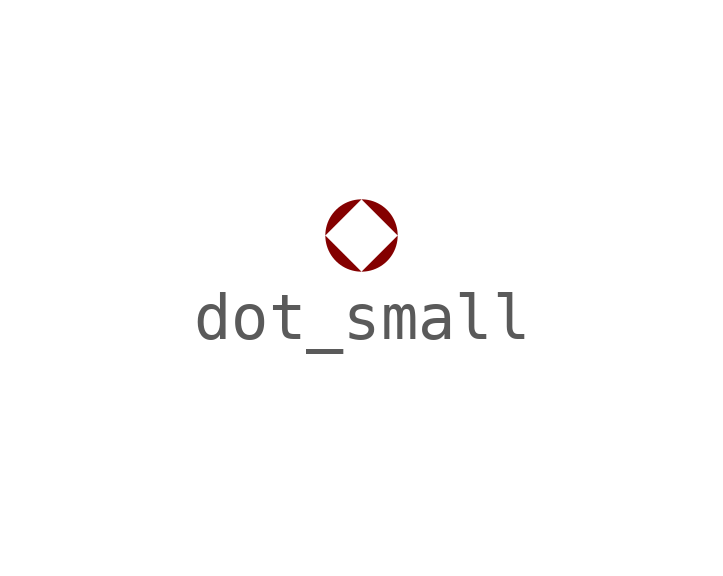
<source format=kicad_sym>
(kicad_symbol_lib
  (version 20220914)
  (generator kicad_symbol_editor)
  (symbol "dot_small"
    (pin_numbers hide)
    (pin_names
      (offset 0) hide)
    (property "Reference" "#SIM"
      (at 0 0 0)
      (effects (font (size 1.27 1.27)) hide))
    (symbol "dot_small_0_1"
      (circle (center 0 0) (radius 0.0001) (stroke (width 1.5) (type default)) (fill (type outline))))))
</source>
